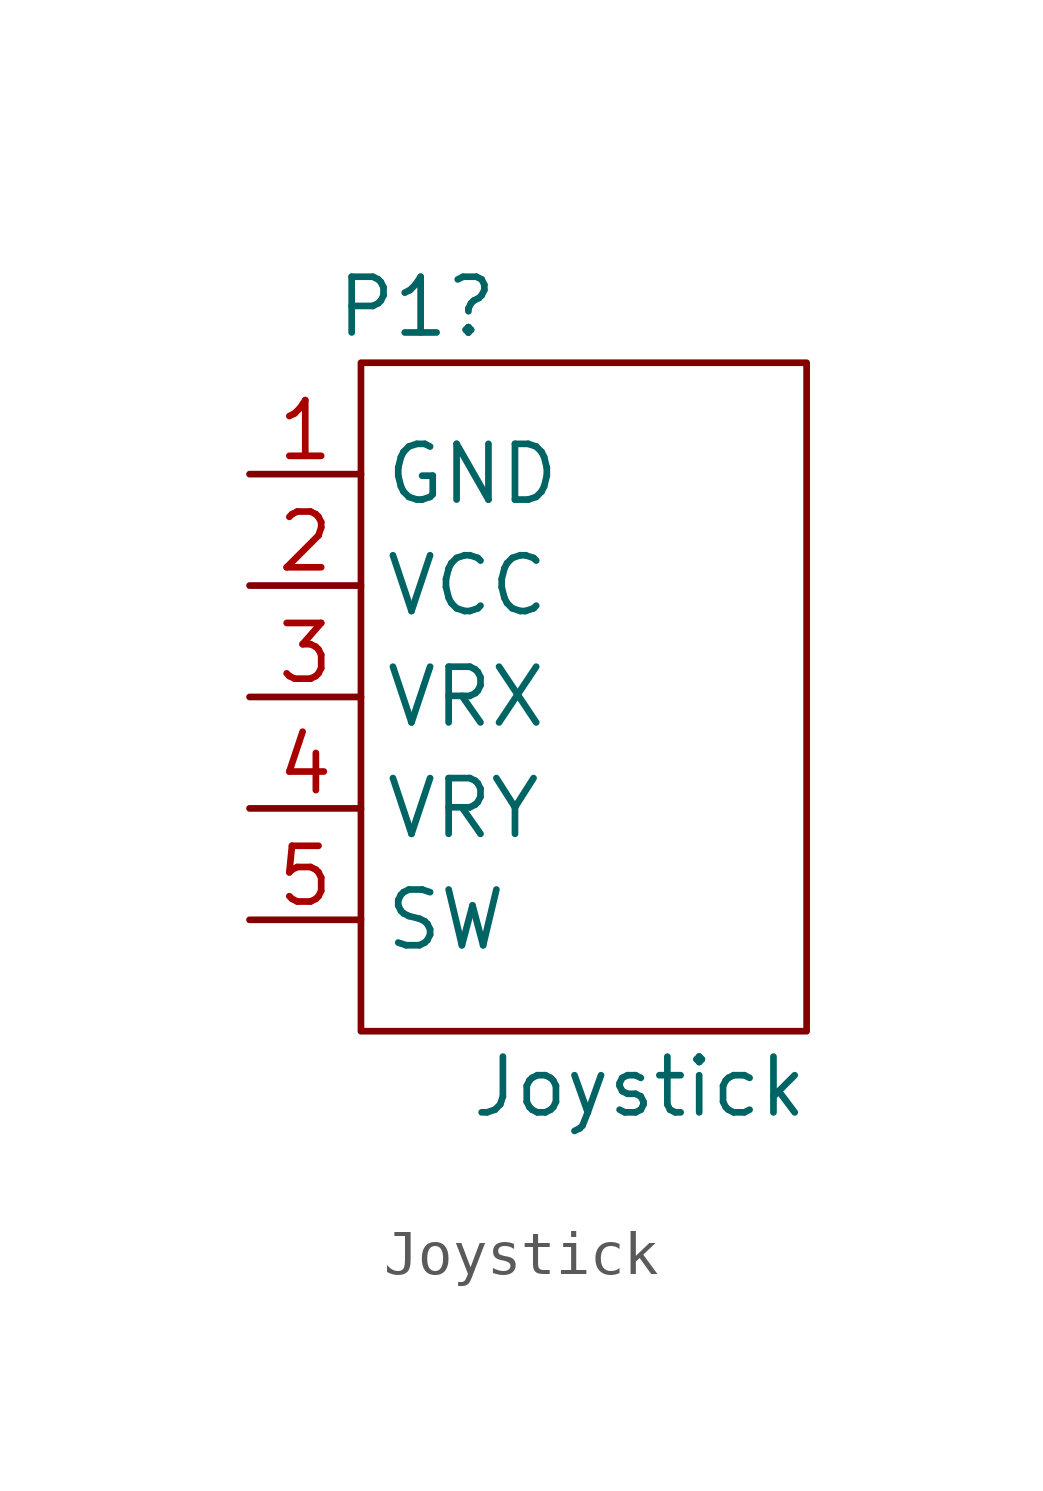
<source format=kicad_sym>
(kicad_symbol_lib
  (version 20211014)
  (generator kicad_symbol_editor)
  (symbol "Joystick"
    (property "Reference" "P1"
      (at -3.81 8.89 0)
      (effects (font (size 1.27 1.27))))
    (property "Value" "Joystick"
      (at 1.27 -8.89 0)
      (effects (font (size 1.27 1.27))))
    (symbol "Joystick_0_1"
      (rectangle (start -5.08 7.62) (end 5.08 -7.62) (stroke (width 0) (type default) (color 0 0 0 0)) (fill (type none))))
    (symbol "Joystick_1_1"
      (pin output line (at -7.62 5.08 0) (length 2.54) (name "GND" (effects (font (size 1.27 1.27)))) (number "1" (effects (font (size 1.27 1.27)))))
      (pin output line (at -7.62 2.54 0) (length 2.54) (name "VCC" (effects (font (size 1.27 1.27)))) (number "2" (effects (font (size 1.27 1.27)))))
      (pin output line (at -7.62 0 0) (length 2.54) (name "VRX" (effects (font (size 1.27 1.27)))) (number "3" (effects (font (size 1.27 1.27)))))
      (pin output line (at -7.62 -2.54 0) (length 2.54) (name "VRY" (effects (font (size 1.27 1.27)))) (number "4" (effects (font (size 1.27 1.27)))))
      (pin output line (at -7.62 -5.08 0) (length 2.54) (name "SW" (effects (font (size 1.27 1.27)))) (number "5" (effects (font (size 1.27 1.27))))))))
</source>
